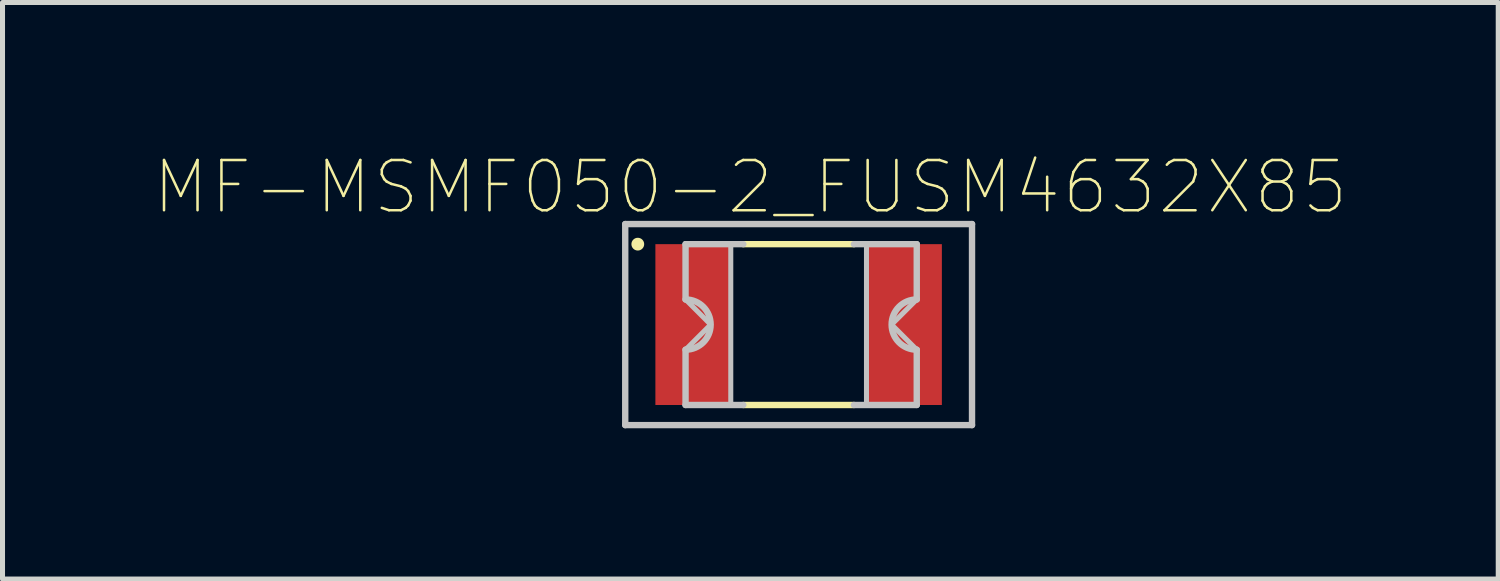
<source format=kicad_pcb>
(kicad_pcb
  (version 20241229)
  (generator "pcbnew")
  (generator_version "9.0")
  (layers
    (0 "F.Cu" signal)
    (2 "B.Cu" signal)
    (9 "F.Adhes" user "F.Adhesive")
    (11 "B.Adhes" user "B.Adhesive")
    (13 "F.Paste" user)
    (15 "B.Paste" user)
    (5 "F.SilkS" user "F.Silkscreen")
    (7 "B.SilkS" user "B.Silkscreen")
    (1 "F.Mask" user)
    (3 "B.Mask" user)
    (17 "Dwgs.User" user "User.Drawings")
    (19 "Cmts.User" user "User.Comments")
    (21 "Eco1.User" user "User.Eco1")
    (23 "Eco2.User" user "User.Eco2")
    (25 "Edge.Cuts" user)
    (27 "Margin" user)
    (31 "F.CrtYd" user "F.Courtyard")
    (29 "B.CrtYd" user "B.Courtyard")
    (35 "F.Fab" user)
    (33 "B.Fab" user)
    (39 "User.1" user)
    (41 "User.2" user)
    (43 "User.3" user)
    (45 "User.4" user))
  (footprint "MF-MSMF050-2_FUSM4632X85"
    (layer "F.Cu")
    (at 12.84 3.408)
    (property "Reference" "MF-MSMF050-2_FUSM4632X85" (at -0.96 -2.735 0) (layer "F.SilkS") (effects (font (size 1 1) (thickness 0.05))))
    (attr smd)
    (fp_line (start -1.1 -1.6) (end 1.1 -1.6) (stroke (width 0.127) (type solid)) (layer "F.SilkS"))
    (fp_line (start 1.1 1.6) (end -1.1 1.6) (stroke (width 0.127) (type solid)) (layer "F.SilkS"))
    (fp_circle (center -3.2 -1.6) (end -3.073 -1.6) (stroke (width 0) (type solid)) (fill yes) (layer "F.SilkS"))
    (fp_line (start -3.45 -2) (end -3.45 2) (stroke (width 0.127) (type solid)) (layer "Dwgs.User"))
    (fp_line (start -3.45 2) (end 3.45 2) (stroke (width 0.127) (type solid)) (layer "Dwgs.User"))
    (fp_line (start -2.25 -1.6) (end -2.25 -0.5) (stroke (width 0.127) (type solid)) (layer "Dwgs.User"))
    (fp_line (start -2.25 -1.6) (end -1.1 -1.6) (stroke (width 0.127) (type solid)) (layer "Dwgs.User"))
    (fp_line (start -2.25 1.6) (end -2.25 0.5) (stroke (width 0.127) (type solid)) (layer "Dwgs.User"))
    (fp_line (start -1.1 1.6) (end -2.25 1.6) (stroke (width 0.127) (type solid)) (layer "Dwgs.User"))
    (fp_line (start 1.1 -1.6) (end 2.35 -1.6) (stroke (width 0.127) (type solid)) (layer "Dwgs.User"))
    (fp_line (start 2.35 -1.6) (end 2.35 -0.5) (stroke (width 0.127) (type solid)) (layer "Dwgs.User"))
    (fp_line (start 2.35 0.5) (end 2.35 1.6) (stroke (width 0.127) (type solid)) (layer "Dwgs.User"))
    (fp_line (start 2.35 1.6) (end 1.1 1.6) (stroke (width 0.127) (type solid)) (layer "Dwgs.User"))
    (fp_line (start 3.45 -2) (end -3.45 -2) (stroke (width 0.127) (type solid)) (layer "Dwgs.User"))
    (fp_line (start 3.45 2) (end 3.45 -2) (stroke (width 0.127) (type solid)) (layer "Dwgs.User"))
    (fp_arc (start -2.25 -0.5) (mid -1.75 0) (end -2.25 0.5) (stroke (width 0.127) (type solid)) (layer "Dwgs.User"))
    (fp_arc (start 2.35 0.5) (mid 1.85 0) (end 2.35 -0.5) (stroke (width 0.127) (type solid)) (layer "Dwgs.User"))
    (fp_poly (pts (xy -1.35 -1.6) (xy -2.25 -1.6) (xy -2.25 -0.5) (xy -1.75 0) (xy -2.25 0.5) (xy -2.25 1.6) (xy -1.35 1.6)) (stroke (width 0.1) (type solid)) (fill no) (layer "Dwgs.User"))
    (fp_poly (pts (xy 1.35 -1.6) (xy 1.35 1.6) (xy 2.35 1.6) (xy 2.35 0.5) (xy 1.85 0) (xy 2.35 -0.5) (xy 2.35 -1.6)) (stroke (width 0.1) (type solid)) (fill no) (layer "Dwgs.User"))
    (pad "1" smd rect (at -2.1 0) (size 1.5 3.2) (layers "F.Cu" "F.Mask" "F.Paste"))
    (pad "2" smd rect (at 2.1 0) (size 1.5 3.2) (layers "F.Cu" "F.Mask" "F.Paste")))
  (gr_rect
    (start -3 -3)
    (end 26.76 8.471)
    (stroke (width 0.1) (type default))
    (fill no)
    (layer "Edge.Cuts")))
</source>
